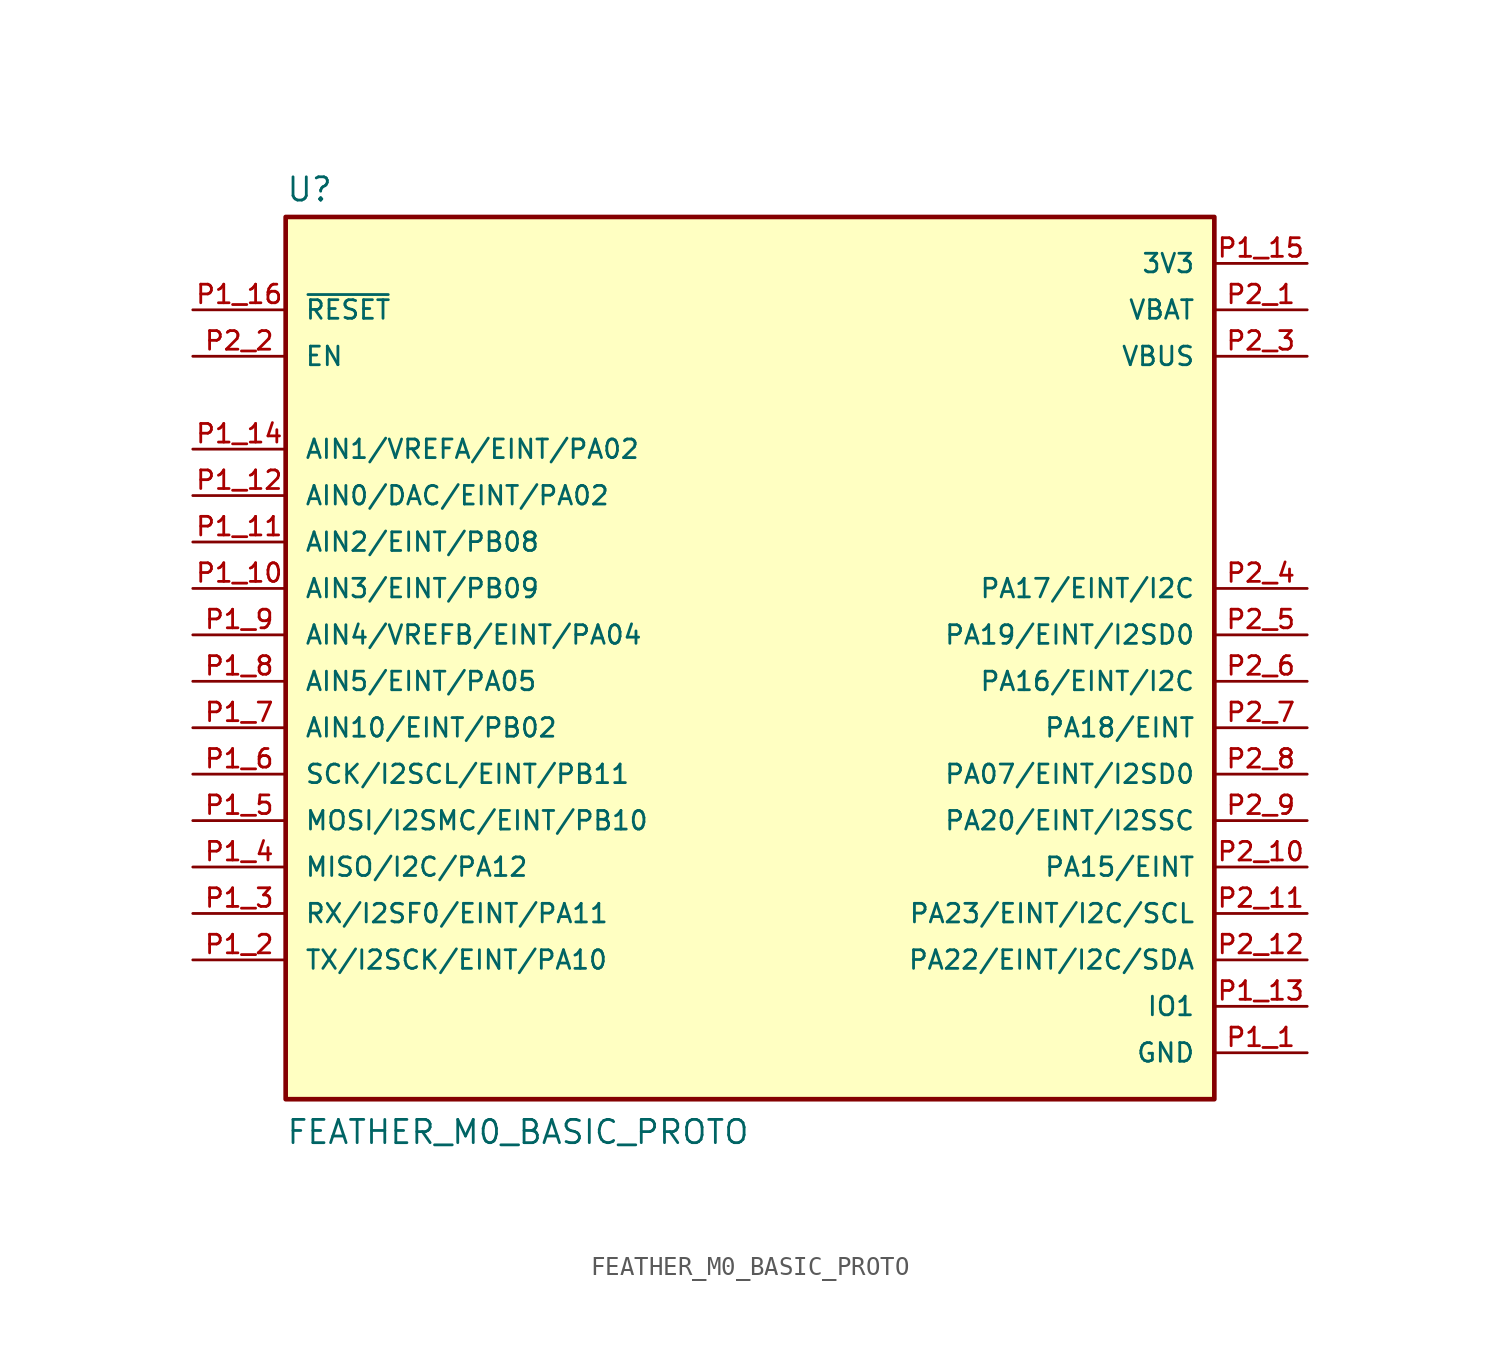
<source format=kicad_sym>
(kicad_symbol_lib
  (version 20231120)
  (generator "kicad_symbol_editor")
  (generator_version "8.0")
  (symbol "FEATHER_M0_BASIC_PROTO"
    (pin_names
      (offset 1.016))
    (property "Reference" "U"
      (at -25.4 26.162 0)
      (effects (font (size 1.27 1.27)) (justify left bottom)))
    (property "Value" "FEATHER_M0_BASIC_PROTO"
      (at -25.4 -25.4 0)
      (effects (font (size 1.27 1.27)) (justify left bottom)))
    (property "ki_locked" ""
      (at 0 0 0)
      (effects (font (size 1.27 1.27))))
    (symbol "FEATHER_M0_BASIC_PROTO_0_0"
      (rectangle (start -25.4 -22.86) (end 25.4 25.4) (stroke (width 0.254) (type solid)) (fill (type background)))
      (pin power_in line (at 30.48 -20.32 180) (length 5.08) (name "GND" (effects (font (size 1.016 1.016)))) (number "P1_1" (effects (font (size 1.016 1.016)))))
      (pin bidirectional line (at -30.48 5.08 0) (length 5.08) (name "AIN3/EINT/PB09" (effects (font (size 1.016 1.016)))) (number "P1_10" (effects (font (size 1.016 1.016)))))
      (pin bidirectional line (at -30.48 7.62 0) (length 5.08) (name "AIN2/EINT/PB08" (effects (font (size 1.016 1.016)))) (number "P1_11" (effects (font (size 1.016 1.016)))))
      (pin bidirectional line (at -30.48 10.16 0) (length 5.08) (name "AIN0/DAC/EINT/PA02" (effects (font (size 1.016 1.016)))) (number "P1_12" (effects (font (size 1.016 1.016)))))
      (pin passive line (at 30.48 -17.78 180) (length 5.08) (name "IO1" (effects (font (size 1.016 1.016)))) (number "P1_13" (effects (font (size 1.016 1.016)))))
      (pin bidirectional line (at -30.48 12.7 0) (length 5.08) (name "AIN1/VREFA/EINT/PA02" (effects (font (size 1.016 1.016)))) (number "P1_14" (effects (font (size 1.016 1.016)))))
      (pin power_out line (at 30.48 22.86 180) (length 5.08) (name "3V3" (effects (font (size 1.016 1.016)))) (number "P1_15" (effects (font (size 1.016 1.016)))))
      (pin input line (at -30.48 20.32 0) (length 5.08) (name "~{RESET}" (effects (font (size 1.016 1.016)))) (number "P1_16" (effects (font (size 1.016 1.016)))))
      (pin bidirectional line (at -30.48 -15.24 0) (length 5.08) (name "TX/I2SCK/EINT/PA10" (effects (font (size 1.016 1.016)))) (number "P1_2" (effects (font (size 1.016 1.016)))))
      (pin bidirectional line (at -30.48 -12.7 0) (length 5.08) (name "RX/I2SF0/EINT/PA11" (effects (font (size 1.016 1.016)))) (number "P1_3" (effects (font (size 1.016 1.016)))))
      (pin bidirectional line (at -30.48 -10.16 0) (length 5.08) (name "MISO/I2C/PA12" (effects (font (size 1.016 1.016)))) (number "P1_4" (effects (font (size 1.016 1.016)))))
      (pin bidirectional line (at -30.48 -7.62 0) (length 5.08) (name "MOSI/I2SMC/EINT/PB10" (effects (font (size 1.016 1.016)))) (number "P1_5" (effects (font (size 1.016 1.016)))))
      (pin bidirectional line (at -30.48 -5.08 0) (length 5.08) (name "SCK/I2SCL/EINT/PB11" (effects (font (size 1.016 1.016)))) (number "P1_6" (effects (font (size 1.016 1.016)))))
      (pin bidirectional line (at -30.48 -2.54 0) (length 5.08) (name "AIN10/EINT/PB02" (effects (font (size 1.016 1.016)))) (number "P1_7" (effects (font (size 1.016 1.016)))))
      (pin bidirectional line (at -30.48 0 0) (length 5.08) (name "AIN5/EINT/PA05" (effects (font (size 1.016 1.016)))) (number "P1_8" (effects (font (size 1.016 1.016)))))
      (pin bidirectional line (at -30.48 2.54 0) (length 5.08) (name "AIN4/VREFB/EINT/PA04" (effects (font (size 1.016 1.016)))) (number "P1_9" (effects (font (size 1.016 1.016)))))
      (pin power_in line (at 30.48 20.32 180) (length 5.08) (name "VBAT" (effects (font (size 1.016 1.016)))) (number "P2_1" (effects (font (size 1.016 1.016)))))
      (pin bidirectional line (at 30.48 -10.16 180) (length 5.08) (name "PA15/EINT" (effects (font (size 1.016 1.016)))) (number "P2_10" (effects (font (size 1.016 1.016)))))
      (pin bidirectional line (at 30.48 -12.7 180) (length 5.08) (name "PA23/EINT/I2C/SCL" (effects (font (size 1.016 1.016)))) (number "P2_11" (effects (font (size 1.016 1.016)))))
      (pin bidirectional line (at 30.48 -15.24 180) (length 5.08) (name "PA22/EINT/I2C/SDA" (effects (font (size 1.016 1.016)))) (number "P2_12" (effects (font (size 1.016 1.016)))))
      (pin input line (at -30.48 17.78 0) (length 5.08) (name "EN" (effects (font (size 1.016 1.016)))) (number "P2_2" (effects (font (size 1.016 1.016)))))
      (pin power_in line (at 30.48 17.78 180) (length 5.08) (name "VBUS" (effects (font (size 1.016 1.016)))) (number "P2_3" (effects (font (size 1.016 1.016)))))
      (pin bidirectional line (at 30.48 5.08 180) (length 5.08) (name "PA17/EINT/I2C" (effects (font (size 1.016 1.016)))) (number "P2_4" (effects (font (size 1.016 1.016)))))
      (pin bidirectional line (at 30.48 2.54 180) (length 5.08) (name "PA19/EINT/I2SD0" (effects (font (size 1.016 1.016)))) (number "P2_5" (effects (font (size 1.016 1.016)))))
      (pin bidirectional line (at 30.48 0 180) (length 5.08) (name "PA16/EINT/I2C" (effects (font (size 1.016 1.016)))) (number "P2_6" (effects (font (size 1.016 1.016)))))
      (pin bidirectional line (at 30.48 -2.54 180) (length 5.08) (name "PA18/EINT" (effects (font (size 1.016 1.016)))) (number "P2_7" (effects (font (size 1.016 1.016)))))
      (pin bidirectional line (at 30.48 -5.08 180) (length 5.08) (name "PA07/EINT/I2SD0" (effects (font (size 1.016 1.016)))) (number "P2_8" (effects (font (size 1.016 1.016)))))
      (pin bidirectional line (at 30.48 -7.62 180) (length 5.08) (name "PA20/EINT/I2SSC" (effects (font (size 1.016 1.016)))) (number "P2_9" (effects (font (size 1.016 1.016))))))))
</source>
